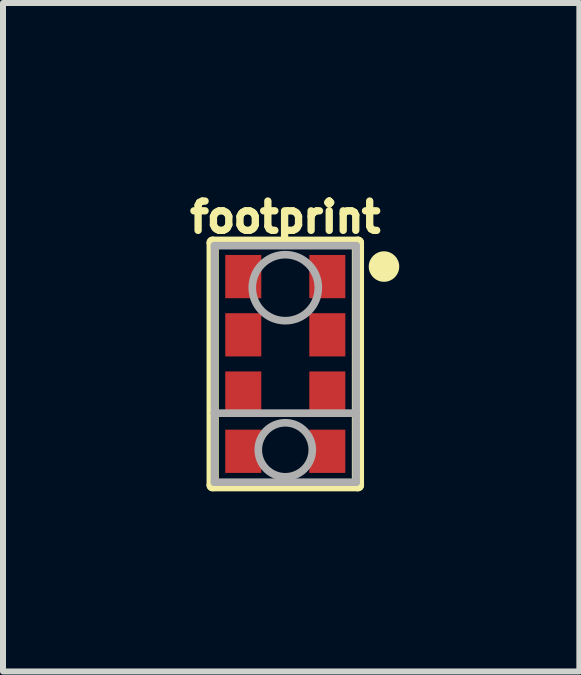
<source format=kicad_pcb>
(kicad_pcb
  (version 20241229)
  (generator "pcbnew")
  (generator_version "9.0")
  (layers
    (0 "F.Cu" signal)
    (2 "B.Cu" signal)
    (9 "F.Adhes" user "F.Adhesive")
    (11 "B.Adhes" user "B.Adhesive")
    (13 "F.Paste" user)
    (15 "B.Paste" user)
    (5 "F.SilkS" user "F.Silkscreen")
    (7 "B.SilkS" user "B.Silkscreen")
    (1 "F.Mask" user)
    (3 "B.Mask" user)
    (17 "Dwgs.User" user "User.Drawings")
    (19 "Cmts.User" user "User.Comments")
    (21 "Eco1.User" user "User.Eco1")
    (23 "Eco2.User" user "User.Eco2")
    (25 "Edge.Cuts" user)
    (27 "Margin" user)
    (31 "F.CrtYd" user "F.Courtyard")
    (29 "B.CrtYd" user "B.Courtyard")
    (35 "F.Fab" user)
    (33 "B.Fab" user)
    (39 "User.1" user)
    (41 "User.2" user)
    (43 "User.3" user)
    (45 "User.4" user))
  (footprint "footprint"
    (layer "F.Cu")
    (at 1.702 3.012)
    (property "Reference" "footprint" (at 0 -2.159 0) (layer "F.SilkS") (effects (font (size 0.488 0.488) (thickness 0.122)) (justify bottom)))
    (fp_line (start -1.21 -2.02) (end -1.21 2.02) (stroke (width 0.203) (type solid)) (layer "F.SilkS"))
    (fp_line (start -1.21 -2.02) (end 1.21 -2.02) (stroke (width 0.203) (type solid)) (layer "F.SilkS"))
    (fp_line (start -1.21 2.02) (end 1.21 2.02) (stroke (width 0.203) (type solid)) (layer "F.SilkS"))
    (fp_line (start 1.21 -2.02) (end 1.21 2.02) (stroke (width 0.203) (type solid)) (layer "F.SilkS"))
    (fp_circle (center 1.644 -1.622) (end 1.771 -1.622) (stroke (width 0.254) (type solid)) (fill yes) (layer "F.SilkS"))
    (fp_line (start -1.18 -1.97) (end -1.18 0.82) (stroke (width 0.127) (type solid)) (layer "F.Fab"))
    (fp_line (start -1.18 -1.97) (end 1.18 -1.97) (stroke (width 0.127) (type solid)) (layer "F.Fab"))
    (fp_line (start -1.18 0.82) (end -1.18 1.97) (stroke (width 0.127) (type solid)) (layer "F.Fab"))
    (fp_line (start -1.18 0.82) (end 1.18 0.82) (stroke (width 0.127) (type solid)) (layer "F.Fab"))
    (fp_line (start -1.18 1.97) (end 1.18 1.97) (stroke (width 0.127) (type solid)) (layer "F.Fab"))
    (fp_line (start 1.18 -1.97) (end 1.18 0.82) (stroke (width 0.127) (type solid)) (layer "F.Fab"))
    (fp_line (start 1.18 0.82) (end 1.18 1.97) (stroke (width 0.127) (type solid)) (layer "F.Fab"))
    (fp_circle (center 0 -1.27) (end 0.55 -1.27) (stroke (width 0.127) (type solid)) (fill no) (layer "F.Fab"))
    (fp_circle (center 0 1.43) (end 0.45 1.43) (stroke (width 0.127) (type solid)) (fill no) (layer "F.Fab"))
    (pad "1" smd rect (at 0.7 -1.455) (size 0.6 0.72) (layers "F.Cu" "F.Mask" "F.Paste"))
    (pad "2" smd rect (at 0.7 -0.485) (size 0.6 0.72) (layers "F.Cu" "F.Mask" "F.Paste"))
    (pad "3" smd rect (at 0.7 0.485) (size 0.6 0.72) (layers "F.Cu" "F.Mask" "F.Paste"))
    (pad "4" smd rect (at 0.7 1.455) (size 0.6 0.72) (layers "F.Cu" "F.Mask" "F.Paste"))
    (pad "5" smd rect (at -0.7 1.455) (size 0.6 0.72) (layers "F.Cu" "F.Mask" "F.Paste"))
    (pad "6" smd rect (at -0.7 0.485) (size 0.6 0.72) (layers "F.Cu" "F.Mask" "F.Paste"))
    (pad "7" smd rect (at -0.7 -0.485) (size 0.6 0.72) (layers "F.Cu" "F.Mask" "F.Paste"))
    (pad "8" smd rect (at -0.7 -1.455) (size 0.6 0.72) (layers "F.Cu" "F.Mask" "F.Paste")))
  (gr_rect
    (start -3 -3)
    (end 6.6 8.134)
    (stroke (width 0.1) (type default))
    (fill no)
    (layer "Edge.Cuts")))
</source>
